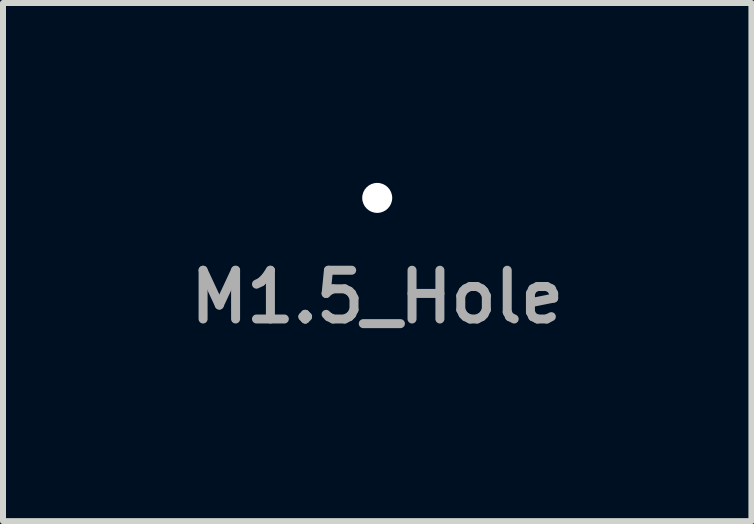
<source format=kicad_pcb>
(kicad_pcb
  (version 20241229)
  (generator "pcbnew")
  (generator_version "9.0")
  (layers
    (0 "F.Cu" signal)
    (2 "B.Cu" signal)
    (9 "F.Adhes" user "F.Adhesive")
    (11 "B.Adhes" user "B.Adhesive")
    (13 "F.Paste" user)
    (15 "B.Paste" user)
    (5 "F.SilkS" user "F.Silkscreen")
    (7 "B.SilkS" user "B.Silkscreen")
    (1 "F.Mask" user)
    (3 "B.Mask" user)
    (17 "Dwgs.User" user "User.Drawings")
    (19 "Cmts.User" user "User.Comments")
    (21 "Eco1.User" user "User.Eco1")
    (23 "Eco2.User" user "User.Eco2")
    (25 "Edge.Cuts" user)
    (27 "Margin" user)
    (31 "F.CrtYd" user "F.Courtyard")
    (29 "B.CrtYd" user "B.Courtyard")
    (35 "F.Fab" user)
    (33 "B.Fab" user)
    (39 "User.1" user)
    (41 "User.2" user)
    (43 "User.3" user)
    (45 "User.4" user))
  (footprint "M1.5_Hole"
    (layer "F.Cu")
    (at 3.24 0.25)
    (property "Reference" "M1.5_Hole" (at 0 1.651 0) (layer "F.Fab") (effects (font (size 0.813 0.813) (thickness 0.15))))
    (attr through_hole)
    (pad "" np_thru_hole circle (at 0 0) (size 0.5 0.5) (drill 0.5) (layers "*.Cu" "*.Mask")))
  (gr_rect
    (start -3 -3)
    (end 9.48 5.64)
    (stroke (width 0.1) (type default))
    (fill no)
    (layer "Edge.Cuts")))
</source>
